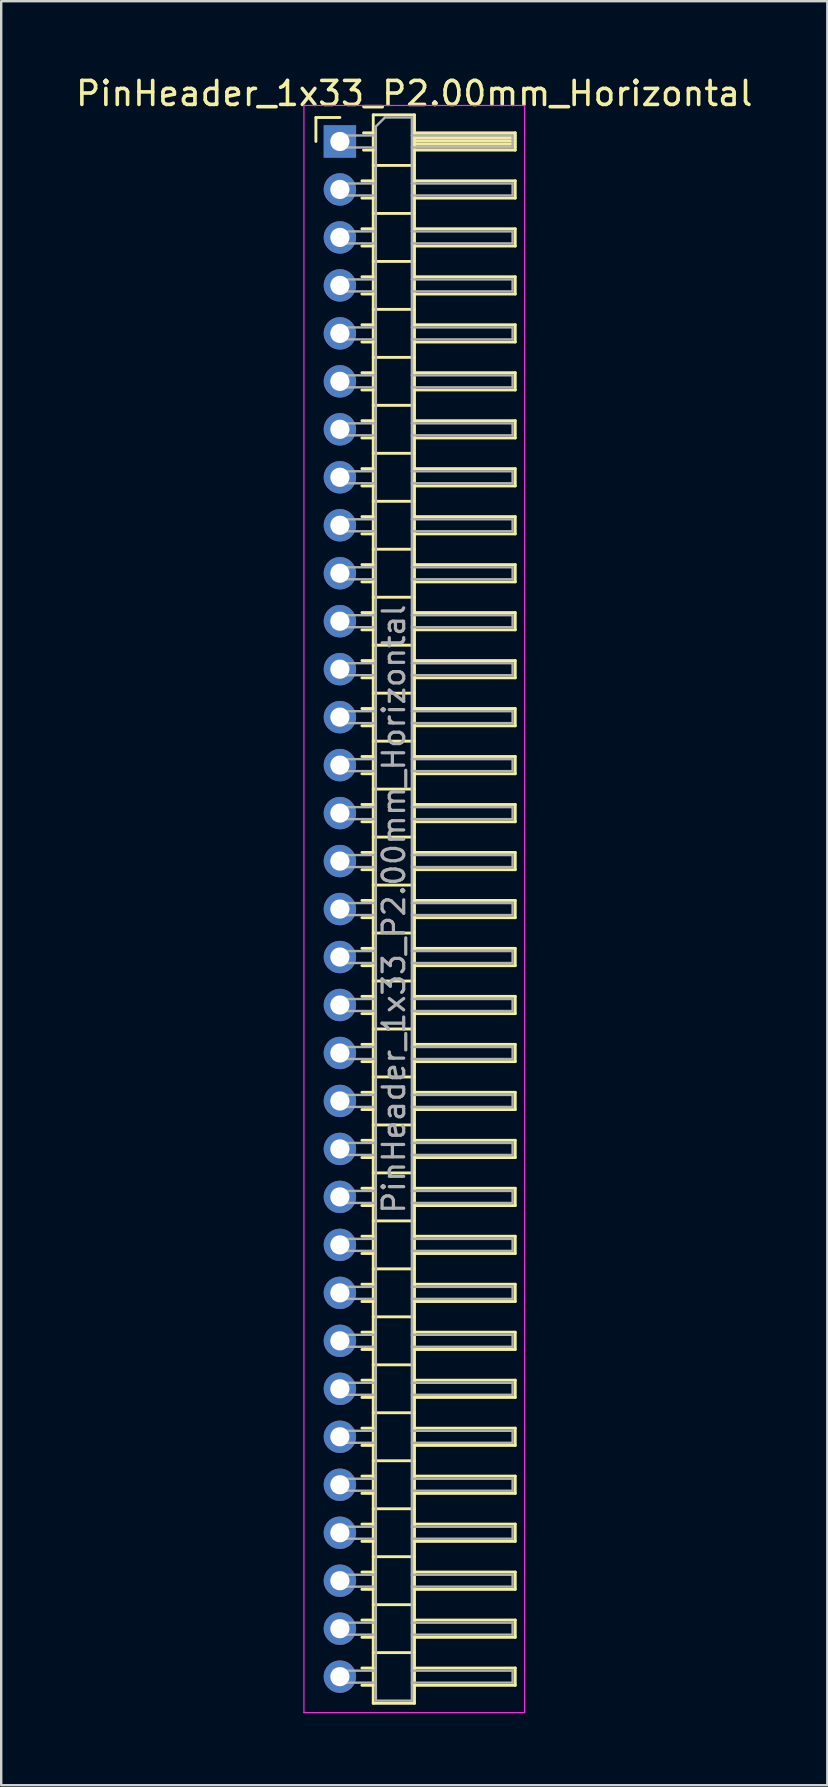
<source format=kicad_pcb>
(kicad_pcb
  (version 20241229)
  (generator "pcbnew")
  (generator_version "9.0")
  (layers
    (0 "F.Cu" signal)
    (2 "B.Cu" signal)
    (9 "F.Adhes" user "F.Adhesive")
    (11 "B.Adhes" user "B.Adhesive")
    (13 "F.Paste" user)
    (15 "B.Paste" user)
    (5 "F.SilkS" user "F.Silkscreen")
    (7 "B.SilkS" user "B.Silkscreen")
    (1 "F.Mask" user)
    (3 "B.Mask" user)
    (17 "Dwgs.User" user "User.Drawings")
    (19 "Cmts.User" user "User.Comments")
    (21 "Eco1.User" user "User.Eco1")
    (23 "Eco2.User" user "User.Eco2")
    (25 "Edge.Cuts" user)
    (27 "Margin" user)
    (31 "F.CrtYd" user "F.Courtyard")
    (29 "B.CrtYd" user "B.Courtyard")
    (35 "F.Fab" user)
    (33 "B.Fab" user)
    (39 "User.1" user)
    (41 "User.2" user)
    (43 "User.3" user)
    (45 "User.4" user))
  (footprint "PinHeader_1x33_P2.00mm_Horizontal"
    (layer "F.Cu")
    (at 11.12 2.848)
    (property "Reference" "PinHeader_1x33_P2.00mm_Horizontal" (at 3.1 -2 0) (layer "F.SilkS") (effects (font (size 1 1) (thickness 0.15))))
    (attr through_hole)
    (fp_line (start -1 -1) (end 0 -1) (stroke (width 0.12) (type solid)) (layer "F.SilkS"))
    (fp_line (start -1 0) (end -1 -1) (stroke (width 0.12) (type solid)) (layer "F.SilkS"))
    (fp_line (start 0.917 1.64) (end 1.39 1.64) (stroke (width 0.12) (type solid)) (layer "F.SilkS"))
    (fp_line (start 0.917 2.36) (end 1.39 2.36) (stroke (width 0.12) (type solid)) (layer "F.SilkS"))
    (fp_line (start 0.917 3.64) (end 1.39 3.64) (stroke (width 0.12) (type solid)) (layer "F.SilkS"))
    (fp_line (start 0.917 4.36) (end 1.39 4.36) (stroke (width 0.12) (type solid)) (layer "F.SilkS"))
    (fp_line (start 0.917 5.64) (end 1.39 5.64) (stroke (width 0.12) (type solid)) (layer "F.SilkS"))
    (fp_line (start 0.917 6.36) (end 1.39 6.36) (stroke (width 0.12) (type solid)) (layer "F.SilkS"))
    (fp_line (start 0.917 7.64) (end 1.39 7.64) (stroke (width 0.12) (type solid)) (layer "F.SilkS"))
    (fp_line (start 0.917 8.36) (end 1.39 8.36) (stroke (width 0.12) (type solid)) (layer "F.SilkS"))
    (fp_line (start 0.917 9.64) (end 1.39 9.64) (stroke (width 0.12) (type solid)) (layer "F.SilkS"))
    (fp_line (start 0.917 10.36) (end 1.39 10.36) (stroke (width 0.12) (type solid)) (layer "F.SilkS"))
    (fp_line (start 0.917 11.64) (end 1.39 11.64) (stroke (width 0.12) (type solid)) (layer "F.SilkS"))
    (fp_line (start 0.917 12.36) (end 1.39 12.36) (stroke (width 0.12) (type solid)) (layer "F.SilkS"))
    (fp_line (start 0.917 13.64) (end 1.39 13.64) (stroke (width 0.12) (type solid)) (layer "F.SilkS"))
    (fp_line (start 0.917 14.36) (end 1.39 14.36) (stroke (width 0.12) (type solid)) (layer "F.SilkS"))
    (fp_line (start 0.917 15.64) (end 1.39 15.64) (stroke (width 0.12) (type solid)) (layer "F.SilkS"))
    (fp_line (start 0.917 16.36) (end 1.39 16.36) (stroke (width 0.12) (type solid)) (layer "F.SilkS"))
    (fp_line (start 0.917 17.64) (end 1.39 17.64) (stroke (width 0.12) (type solid)) (layer "F.SilkS"))
    (fp_line (start 0.917 18.36) (end 1.39 18.36) (stroke (width 0.12) (type solid)) (layer "F.SilkS"))
    (fp_line (start 0.917 19.64) (end 1.39 19.64) (stroke (width 0.12) (type solid)) (layer "F.SilkS"))
    (fp_line (start 0.917 20.36) (end 1.39 20.36) (stroke (width 0.12) (type solid)) (layer "F.SilkS"))
    (fp_line (start 0.917 21.64) (end 1.39 21.64) (stroke (width 0.12) (type solid)) (layer "F.SilkS"))
    (fp_line (start 0.917 22.36) (end 1.39 22.36) (stroke (width 0.12) (type solid)) (layer "F.SilkS"))
    (fp_line (start 0.917 23.64) (end 1.39 23.64) (stroke (width 0.12) (type solid)) (layer "F.SilkS"))
    (fp_line (start 0.917 24.36) (end 1.39 24.36) (stroke (width 0.12) (type solid)) (layer "F.SilkS"))
    (fp_line (start 0.917 25.64) (end 1.39 25.64) (stroke (width 0.12) (type solid)) (layer "F.SilkS"))
    (fp_line (start 0.917 26.36) (end 1.39 26.36) (stroke (width 0.12) (type solid)) (layer "F.SilkS"))
    (fp_line (start 0.917 27.64) (end 1.39 27.64) (stroke (width 0.12) (type solid)) (layer "F.SilkS"))
    (fp_line (start 0.917 28.36) (end 1.39 28.36) (stroke (width 0.12) (type solid)) (layer "F.SilkS"))
    (fp_line (start 0.917 29.64) (end 1.39 29.64) (stroke (width 0.12) (type solid)) (layer "F.SilkS"))
    (fp_line (start 0.917 30.36) (end 1.39 30.36) (stroke (width 0.12) (type solid)) (layer "F.SilkS"))
    (fp_line (start 0.917 31.64) (end 1.39 31.64) (stroke (width 0.12) (type solid)) (layer "F.SilkS"))
    (fp_line (start 0.917 32.36) (end 1.39 32.36) (stroke (width 0.12) (type solid)) (layer "F.SilkS"))
    (fp_line (start 0.917 33.64) (end 1.39 33.64) (stroke (width 0.12) (type solid)) (layer "F.SilkS"))
    (fp_line (start 0.917 34.36) (end 1.39 34.36) (stroke (width 0.12) (type solid)) (layer "F.SilkS"))
    (fp_line (start 0.917 35.64) (end 1.39 35.64) (stroke (width 0.12) (type solid)) (layer "F.SilkS"))
    (fp_line (start 0.917 36.36) (end 1.39 36.36) (stroke (width 0.12) (type solid)) (layer "F.SilkS"))
    (fp_line (start 0.917 37.64) (end 1.39 37.64) (stroke (width 0.12) (type solid)) (layer "F.SilkS"))
    (fp_line (start 0.917 38.36) (end 1.39 38.36) (stroke (width 0.12) (type solid)) (layer "F.SilkS"))
    (fp_line (start 0.917 39.64) (end 1.39 39.64) (stroke (width 0.12) (type solid)) (layer "F.SilkS"))
    (fp_line (start 0.917 40.36) (end 1.39 40.36) (stroke (width 0.12) (type solid)) (layer "F.SilkS"))
    (fp_line (start 0.917 41.64) (end 1.39 41.64) (stroke (width 0.12) (type solid)) (layer "F.SilkS"))
    (fp_line (start 0.917 42.36) (end 1.39 42.36) (stroke (width 0.12) (type solid)) (layer "F.SilkS"))
    (fp_line (start 0.917 43.64) (end 1.39 43.64) (stroke (width 0.12) (type solid)) (layer "F.SilkS"))
    (fp_line (start 0.917 44.36) (end 1.39 44.36) (stroke (width 0.12) (type solid)) (layer "F.SilkS"))
    (fp_line (start 0.917 45.64) (end 1.39 45.64) (stroke (width 0.12) (type solid)) (layer "F.SilkS"))
    (fp_line (start 0.917 46.36) (end 1.39 46.36) (stroke (width 0.12) (type solid)) (layer "F.SilkS"))
    (fp_line (start 0.917 47.64) (end 1.39 47.64) (stroke (width 0.12) (type solid)) (layer "F.SilkS"))
    (fp_line (start 0.917 48.36) (end 1.39 48.36) (stroke (width 0.12) (type solid)) (layer "F.SilkS"))
    (fp_line (start 0.917 49.64) (end 1.39 49.64) (stroke (width 0.12) (type solid)) (layer "F.SilkS"))
    (fp_line (start 0.917 50.36) (end 1.39 50.36) (stroke (width 0.12) (type solid)) (layer "F.SilkS"))
    (fp_line (start 0.917 51.64) (end 1.39 51.64) (stroke (width 0.12) (type solid)) (layer "F.SilkS"))
    (fp_line (start 0.917 52.36) (end 1.39 52.36) (stroke (width 0.12) (type solid)) (layer "F.SilkS"))
    (fp_line (start 0.917 53.64) (end 1.39 53.64) (stroke (width 0.12) (type solid)) (layer "F.SilkS"))
    (fp_line (start 0.917 54.36) (end 1.39 54.36) (stroke (width 0.12) (type solid)) (layer "F.SilkS"))
    (fp_line (start 0.917 55.64) (end 1.39 55.64) (stroke (width 0.12) (type solid)) (layer "F.SilkS"))
    (fp_line (start 0.917 56.36) (end 1.39 56.36) (stroke (width 0.12) (type solid)) (layer "F.SilkS"))
    (fp_line (start 0.917 57.64) (end 1.39 57.64) (stroke (width 0.12) (type solid)) (layer "F.SilkS"))
    (fp_line (start 0.917 58.36) (end 1.39 58.36) (stroke (width 0.12) (type solid)) (layer "F.SilkS"))
    (fp_line (start 0.917 59.64) (end 1.39 59.64) (stroke (width 0.12) (type solid)) (layer "F.SilkS"))
    (fp_line (start 0.917 60.36) (end 1.39 60.36) (stroke (width 0.12) (type solid)) (layer "F.SilkS"))
    (fp_line (start 0.917 61.64) (end 1.39 61.64) (stroke (width 0.12) (type solid)) (layer "F.SilkS"))
    (fp_line (start 0.917 62.36) (end 1.39 62.36) (stroke (width 0.12) (type solid)) (layer "F.SilkS"))
    (fp_line (start 0.917 63.64) (end 1.39 63.64) (stroke (width 0.12) (type solid)) (layer "F.SilkS"))
    (fp_line (start 0.917 64.36) (end 1.39 64.36) (stroke (width 0.12) (type solid)) (layer "F.SilkS"))
    (fp_line (start 0.985 -0.36) (end 1.39 -0.36) (stroke (width 0.12) (type solid)) (layer "F.SilkS"))
    (fp_line (start 0.985 0.36) (end 1.39 0.36) (stroke (width 0.12) (type solid)) (layer "F.SilkS"))
    (fp_line (start 1.39 -1.11) (end 1.39 65.11) (stroke (width 0.12) (type solid)) (layer "F.SilkS"))
    (fp_line (start 1.39 1) (end 3.11 1) (stroke (width 0.12) (type solid)) (layer "F.SilkS"))
    (fp_line (start 1.39 3) (end 3.11 3) (stroke (width 0.12) (type solid)) (layer "F.SilkS"))
    (fp_line (start 1.39 5) (end 3.11 5) (stroke (width 0.12) (type solid)) (layer "F.SilkS"))
    (fp_line (start 1.39 7) (end 3.11 7) (stroke (width 0.12) (type solid)) (layer "F.SilkS"))
    (fp_line (start 1.39 9) (end 3.11 9) (stroke (width 0.12) (type solid)) (layer "F.SilkS"))
    (fp_line (start 1.39 11) (end 3.11 11) (stroke (width 0.12) (type solid)) (layer "F.SilkS"))
    (fp_line (start 1.39 13) (end 3.11 13) (stroke (width 0.12) (type solid)) (layer "F.SilkS"))
    (fp_line (start 1.39 15) (end 3.11 15) (stroke (width 0.12) (type solid)) (layer "F.SilkS"))
    (fp_line (start 1.39 17) (end 3.11 17) (stroke (width 0.12) (type solid)) (layer "F.SilkS"))
    (fp_line (start 1.39 19) (end 3.11 19) (stroke (width 0.12) (type solid)) (layer "F.SilkS"))
    (fp_line (start 1.39 21) (end 3.11 21) (stroke (width 0.12) (type solid)) (layer "F.SilkS"))
    (fp_line (start 1.39 23) (end 3.11 23) (stroke (width 0.12) (type solid)) (layer "F.SilkS"))
    (fp_line (start 1.39 25) (end 3.11 25) (stroke (width 0.12) (type solid)) (layer "F.SilkS"))
    (fp_line (start 1.39 27) (end 3.11 27) (stroke (width 0.12) (type solid)) (layer "F.SilkS"))
    (fp_line (start 1.39 29) (end 3.11 29) (stroke (width 0.12) (type solid)) (layer "F.SilkS"))
    (fp_line (start 1.39 31) (end 3.11 31) (stroke (width 0.12) (type solid)) (layer "F.SilkS"))
    (fp_line (start 1.39 33) (end 3.11 33) (stroke (width 0.12) (type solid)) (layer "F.SilkS"))
    (fp_line (start 1.39 35) (end 3.11 35) (stroke (width 0.12) (type solid)) (layer "F.SilkS"))
    (fp_line (start 1.39 37) (end 3.11 37) (stroke (width 0.12) (type solid)) (layer "F.SilkS"))
    (fp_line (start 1.39 39) (end 3.11 39) (stroke (width 0.12) (type solid)) (layer "F.SilkS"))
    (fp_line (start 1.39 41) (end 3.11 41) (stroke (width 0.12) (type solid)) (layer "F.SilkS"))
    (fp_line (start 1.39 43) (end 3.11 43) (stroke (width 0.12) (type solid)) (layer "F.SilkS"))
    (fp_line (start 1.39 45) (end 3.11 45) (stroke (width 0.12) (type solid)) (layer "F.SilkS"))
    (fp_line (start 1.39 47) (end 3.11 47) (stroke (width 0.12) (type solid)) (layer "F.SilkS"))
    (fp_line (start 1.39 49) (end 3.11 49) (stroke (width 0.12) (type solid)) (layer "F.SilkS"))
    (fp_line (start 1.39 51) (end 3.11 51) (stroke (width 0.12) (type solid)) (layer "F.SilkS"))
    (fp_line (start 1.39 53) (end 3.11 53) (stroke (width 0.12) (type solid)) (layer "F.SilkS"))
    (fp_line (start 1.39 55) (end 3.11 55) (stroke (width 0.12) (type solid)) (layer "F.SilkS"))
    (fp_line (start 1.39 57) (end 3.11 57) (stroke (width 0.12) (type solid)) (layer "F.SilkS"))
    (fp_line (start 1.39 59) (end 3.11 59) (stroke (width 0.12) (type solid)) (layer "F.SilkS"))
    (fp_line (start 1.39 61) (end 3.11 61) (stroke (width 0.12) (type solid)) (layer "F.SilkS"))
    (fp_line (start 1.39 63) (end 3.11 63) (stroke (width 0.12) (type solid)) (layer "F.SilkS"))
    (fp_line (start 1.39 65.11) (end 3.11 65.11) (stroke (width 0.12) (type solid)) (layer "F.SilkS"))
    (fp_line (start 3.11 -1.11) (end 1.39 -1.11) (stroke (width 0.12) (type solid)) (layer "F.SilkS"))
    (fp_line (start 3.11 -0.36) (end 7.31 -0.36) (stroke (width 0.12) (type solid)) (layer "F.SilkS"))
    (fp_line (start 3.11 -0.25) (end 7.31 -0.25) (stroke (width 0.12) (type solid)) (layer "F.SilkS"))
    (fp_line (start 3.11 -0.13) (end 7.31 -0.13) (stroke (width 0.12) (type solid)) (layer "F.SilkS"))
    (fp_line (start 3.11 -0.01) (end 7.31 -0.01) (stroke (width 0.12) (type solid)) (layer "F.SilkS"))
    (fp_line (start 3.11 0.11) (end 7.31 0.11) (stroke (width 0.12) (type solid)) (layer "F.SilkS"))
    (fp_line (start 3.11 0.23) (end 7.31 0.23) (stroke (width 0.12) (type solid)) (layer "F.SilkS"))
    (fp_line (start 3.11 1.64) (end 7.31 1.64) (stroke (width 0.12) (type solid)) (layer "F.SilkS"))
    (fp_line (start 3.11 3.64) (end 7.31 3.64) (stroke (width 0.12) (type solid)) (layer "F.SilkS"))
    (fp_line (start 3.11 5.64) (end 7.31 5.64) (stroke (width 0.12) (type solid)) (layer "F.SilkS"))
    (fp_line (start 3.11 7.64) (end 7.31 7.64) (stroke (width 0.12) (type solid)) (layer "F.SilkS"))
    (fp_line (start 3.11 9.64) (end 7.31 9.64) (stroke (width 0.12) (type solid)) (layer "F.SilkS"))
    (fp_line (start 3.11 11.64) (end 7.31 11.64) (stroke (width 0.12) (type solid)) (layer "F.SilkS"))
    (fp_line (start 3.11 13.64) (end 7.31 13.64) (stroke (width 0.12) (type solid)) (layer "F.SilkS"))
    (fp_line (start 3.11 15.64) (end 7.31 15.64) (stroke (width 0.12) (type solid)) (layer "F.SilkS"))
    (fp_line (start 3.11 17.64) (end 7.31 17.64) (stroke (width 0.12) (type solid)) (layer "F.SilkS"))
    (fp_line (start 3.11 19.64) (end 7.31 19.64) (stroke (width 0.12) (type solid)) (layer "F.SilkS"))
    (fp_line (start 3.11 21.64) (end 7.31 21.64) (stroke (width 0.12) (type solid)) (layer "F.SilkS"))
    (fp_line (start 3.11 23.64) (end 7.31 23.64) (stroke (width 0.12) (type solid)) (layer "F.SilkS"))
    (fp_line (start 3.11 25.64) (end 7.31 25.64) (stroke (width 0.12) (type solid)) (layer "F.SilkS"))
    (fp_line (start 3.11 27.64) (end 7.31 27.64) (stroke (width 0.12) (type solid)) (layer "F.SilkS"))
    (fp_line (start 3.11 29.64) (end 7.31 29.64) (stroke (width 0.12) (type solid)) (layer "F.SilkS"))
    (fp_line (start 3.11 31.64) (end 7.31 31.64) (stroke (width 0.12) (type solid)) (layer "F.SilkS"))
    (fp_line (start 3.11 33.64) (end 7.31 33.64) (stroke (width 0.12) (type solid)) (layer "F.SilkS"))
    (fp_line (start 3.11 35.64) (end 7.31 35.64) (stroke (width 0.12) (type solid)) (layer "F.SilkS"))
    (fp_line (start 3.11 37.64) (end 7.31 37.64) (stroke (width 0.12) (type solid)) (layer "F.SilkS"))
    (fp_line (start 3.11 39.64) (end 7.31 39.64) (stroke (width 0.12) (type solid)) (layer "F.SilkS"))
    (fp_line (start 3.11 41.64) (end 7.31 41.64) (stroke (width 0.12) (type solid)) (layer "F.SilkS"))
    (fp_line (start 3.11 43.64) (end 7.31 43.64) (stroke (width 0.12) (type solid)) (layer "F.SilkS"))
    (fp_line (start 3.11 45.64) (end 7.31 45.64) (stroke (width 0.12) (type solid)) (layer "F.SilkS"))
    (fp_line (start 3.11 47.64) (end 7.31 47.64) (stroke (width 0.12) (type solid)) (layer "F.SilkS"))
    (fp_line (start 3.11 49.64) (end 7.31 49.64) (stroke (width 0.12) (type solid)) (layer "F.SilkS"))
    (fp_line (start 3.11 51.64) (end 7.31 51.64) (stroke (width 0.12) (type solid)) (layer "F.SilkS"))
    (fp_line (start 3.11 53.64) (end 7.31 53.64) (stroke (width 0.12) (type solid)) (layer "F.SilkS"))
    (fp_line (start 3.11 55.64) (end 7.31 55.64) (stroke (width 0.12) (type solid)) (layer "F.SilkS"))
    (fp_line (start 3.11 57.64) (end 7.31 57.64) (stroke (width 0.12) (type solid)) (layer "F.SilkS"))
    (fp_line (start 3.11 59.64) (end 7.31 59.64) (stroke (width 0.12) (type solid)) (layer "F.SilkS"))
    (fp_line (start 3.11 61.64) (end 7.31 61.64) (stroke (width 0.12) (type solid)) (layer "F.SilkS"))
    (fp_line (start 3.11 63.64) (end 7.31 63.64) (stroke (width 0.12) (type solid)) (layer "F.SilkS"))
    (fp_line (start 3.11 65.11) (end 3.11 -1.11) (stroke (width 0.12) (type solid)) (layer "F.SilkS"))
    (fp_line (start 7.31 -0.36) (end 7.31 0.36) (stroke (width 0.12) (type solid)) (layer "F.SilkS"))
    (fp_line (start 7.31 0.36) (end 3.11 0.36) (stroke (width 0.12) (type solid)) (layer "F.SilkS"))
    (fp_line (start 7.31 1.64) (end 7.31 2.36) (stroke (width 0.12) (type solid)) (layer "F.SilkS"))
    (fp_line (start 7.31 2.36) (end 3.11 2.36) (stroke (width 0.12) (type solid)) (layer "F.SilkS"))
    (fp_line (start 7.31 3.64) (end 7.31 4.36) (stroke (width 0.12) (type solid)) (layer "F.SilkS"))
    (fp_line (start 7.31 4.36) (end 3.11 4.36) (stroke (width 0.12) (type solid)) (layer "F.SilkS"))
    (fp_line (start 7.31 5.64) (end 7.31 6.36) (stroke (width 0.12) (type solid)) (layer "F.SilkS"))
    (fp_line (start 7.31 6.36) (end 3.11 6.36) (stroke (width 0.12) (type solid)) (layer "F.SilkS"))
    (fp_line (start 7.31 7.64) (end 7.31 8.36) (stroke (width 0.12) (type solid)) (layer "F.SilkS"))
    (fp_line (start 7.31 8.36) (end 3.11 8.36) (stroke (width 0.12) (type solid)) (layer "F.SilkS"))
    (fp_line (start 7.31 9.64) (end 7.31 10.36) (stroke (width 0.12) (type solid)) (layer "F.SilkS"))
    (fp_line (start 7.31 10.36) (end 3.11 10.36) (stroke (width 0.12) (type solid)) (layer "F.SilkS"))
    (fp_line (start 7.31 11.64) (end 7.31 12.36) (stroke (width 0.12) (type solid)) (layer "F.SilkS"))
    (fp_line (start 7.31 12.36) (end 3.11 12.36) (stroke (width 0.12) (type solid)) (layer "F.SilkS"))
    (fp_line (start 7.31 13.64) (end 7.31 14.36) (stroke (width 0.12) (type solid)) (layer "F.SilkS"))
    (fp_line (start 7.31 14.36) (end 3.11 14.36) (stroke (width 0.12) (type solid)) (layer "F.SilkS"))
    (fp_line (start 7.31 15.64) (end 7.31 16.36) (stroke (width 0.12) (type solid)) (layer "F.SilkS"))
    (fp_line (start 7.31 16.36) (end 3.11 16.36) (stroke (width 0.12) (type solid)) (layer "F.SilkS"))
    (fp_line (start 7.31 17.64) (end 7.31 18.36) (stroke (width 0.12) (type solid)) (layer "F.SilkS"))
    (fp_line (start 7.31 18.36) (end 3.11 18.36) (stroke (width 0.12) (type solid)) (layer "F.SilkS"))
    (fp_line (start 7.31 19.64) (end 7.31 20.36) (stroke (width 0.12) (type solid)) (layer "F.SilkS"))
    (fp_line (start 7.31 20.36) (end 3.11 20.36) (stroke (width 0.12) (type solid)) (layer "F.SilkS"))
    (fp_line (start 7.31 21.64) (end 7.31 22.36) (stroke (width 0.12) (type solid)) (layer "F.SilkS"))
    (fp_line (start 7.31 22.36) (end 3.11 22.36) (stroke (width 0.12) (type solid)) (layer "F.SilkS"))
    (fp_line (start 7.31 23.64) (end 7.31 24.36) (stroke (width 0.12) (type solid)) (layer "F.SilkS"))
    (fp_line (start 7.31 24.36) (end 3.11 24.36) (stroke (width 0.12) (type solid)) (layer "F.SilkS"))
    (fp_line (start 7.31 25.64) (end 7.31 26.36) (stroke (width 0.12) (type solid)) (layer "F.SilkS"))
    (fp_line (start 7.31 26.36) (end 3.11 26.36) (stroke (width 0.12) (type solid)) (layer "F.SilkS"))
    (fp_line (start 7.31 27.64) (end 7.31 28.36) (stroke (width 0.12) (type solid)) (layer "F.SilkS"))
    (fp_line (start 7.31 28.36) (end 3.11 28.36) (stroke (width 0.12) (type solid)) (layer "F.SilkS"))
    (fp_line (start 7.31 29.64) (end 7.31 30.36) (stroke (width 0.12) (type solid)) (layer "F.SilkS"))
    (fp_line (start 7.31 30.36) (end 3.11 30.36) (stroke (width 0.12) (type solid)) (layer "F.SilkS"))
    (fp_line (start 7.31 31.64) (end 7.31 32.36) (stroke (width 0.12) (type solid)) (layer "F.SilkS"))
    (fp_line (start 7.31 32.36) (end 3.11 32.36) (stroke (width 0.12) (type solid)) (layer "F.SilkS"))
    (fp_line (start 7.31 33.64) (end 7.31 34.36) (stroke (width 0.12) (type solid)) (layer "F.SilkS"))
    (fp_line (start 7.31 34.36) (end 3.11 34.36) (stroke (width 0.12) (type solid)) (layer "F.SilkS"))
    (fp_line (start 7.31 35.64) (end 7.31 36.36) (stroke (width 0.12) (type solid)) (layer "F.SilkS"))
    (fp_line (start 7.31 36.36) (end 3.11 36.36) (stroke (width 0.12) (type solid)) (layer "F.SilkS"))
    (fp_line (start 7.31 37.64) (end 7.31 38.36) (stroke (width 0.12) (type solid)) (layer "F.SilkS"))
    (fp_line (start 7.31 38.36) (end 3.11 38.36) (stroke (width 0.12) (type solid)) (layer "F.SilkS"))
    (fp_line (start 7.31 39.64) (end 7.31 40.36) (stroke (width 0.12) (type solid)) (layer "F.SilkS"))
    (fp_line (start 7.31 40.36) (end 3.11 40.36) (stroke (width 0.12) (type solid)) (layer "F.SilkS"))
    (fp_line (start 7.31 41.64) (end 7.31 42.36) (stroke (width 0.12) (type solid)) (layer "F.SilkS"))
    (fp_line (start 7.31 42.36) (end 3.11 42.36) (stroke (width 0.12) (type solid)) (layer "F.SilkS"))
    (fp_line (start 7.31 43.64) (end 7.31 44.36) (stroke (width 0.12) (type solid)) (layer "F.SilkS"))
    (fp_line (start 7.31 44.36) (end 3.11 44.36) (stroke (width 0.12) (type solid)) (layer "F.SilkS"))
    (fp_line (start 7.31 45.64) (end 7.31 46.36) (stroke (width 0.12) (type solid)) (layer "F.SilkS"))
    (fp_line (start 7.31 46.36) (end 3.11 46.36) (stroke (width 0.12) (type solid)) (layer "F.SilkS"))
    (fp_line (start 7.31 47.64) (end 7.31 48.36) (stroke (width 0.12) (type solid)) (layer "F.SilkS"))
    (fp_line (start 7.31 48.36) (end 3.11 48.36) (stroke (width 0.12) (type solid)) (layer "F.SilkS"))
    (fp_line (start 7.31 49.64) (end 7.31 50.36) (stroke (width 0.12) (type solid)) (layer "F.SilkS"))
    (fp_line (start 7.31 50.36) (end 3.11 50.36) (stroke (width 0.12) (type solid)) (layer "F.SilkS"))
    (fp_line (start 7.31 51.64) (end 7.31 52.36) (stroke (width 0.12) (type solid)) (layer "F.SilkS"))
    (fp_line (start 7.31 52.36) (end 3.11 52.36) (stroke (width 0.12) (type solid)) (layer "F.SilkS"))
    (fp_line (start 7.31 53.64) (end 7.31 54.36) (stroke (width 0.12) (type solid)) (layer "F.SilkS"))
    (fp_line (start 7.31 54.36) (end 3.11 54.36) (stroke (width 0.12) (type solid)) (layer "F.SilkS"))
    (fp_line (start 7.31 55.64) (end 7.31 56.36) (stroke (width 0.12) (type solid)) (layer "F.SilkS"))
    (fp_line (start 7.31 56.36) (end 3.11 56.36) (stroke (width 0.12) (type solid)) (layer "F.SilkS"))
    (fp_line (start 7.31 57.64) (end 7.31 58.36) (stroke (width 0.12) (type solid)) (layer "F.SilkS"))
    (fp_line (start 7.31 58.36) (end 3.11 58.36) (stroke (width 0.12) (type solid)) (layer "F.SilkS"))
    (fp_line (start 7.31 59.64) (end 7.31 60.36) (stroke (width 0.12) (type solid)) (layer "F.SilkS"))
    (fp_line (start 7.31 60.36) (end 3.11 60.36) (stroke (width 0.12) (type solid)) (layer "F.SilkS"))
    (fp_line (start 7.31 61.64) (end 7.31 62.36) (stroke (width 0.12) (type solid)) (layer "F.SilkS"))
    (fp_line (start 7.31 62.36) (end 3.11 62.36) (stroke (width 0.12) (type solid)) (layer "F.SilkS"))
    (fp_line (start 7.31 63.64) (end 7.31 64.36) (stroke (width 0.12) (type solid)) (layer "F.SilkS"))
    (fp_line (start 7.31 64.36) (end 3.11 64.36) (stroke (width 0.12) (type solid)) (layer "F.SilkS"))
    (fp_line (start -1.5 -1.5) (end -1.5 65.5) (stroke (width 0.05) (type solid)) (layer "F.CrtYd"))
    (fp_line (start -1.5 65.5) (end 7.7 65.5) (stroke (width 0.05) (type solid)) (layer "F.CrtYd"))
    (fp_line (start 7.7 -1.5) (end -1.5 -1.5) (stroke (width 0.05) (type solid)) (layer "F.CrtYd"))
    (fp_line (start 7.7 65.5) (end 7.7 -1.5) (stroke (width 0.05) (type solid)) (layer "F.CrtYd"))
    (fp_line (start -0.25 -0.25) (end -0.25 0.25) (stroke (width 0.1) (type solid)) (layer "F.Fab"))
    (fp_line (start -0.25 -0.25) (end 1.5 -0.25) (stroke (width 0.1) (type solid)) (layer "F.Fab"))
    (fp_line (start -0.25 0.25) (end 1.5 0.25) (stroke (width 0.1) (type solid)) (layer "F.Fab"))
    (fp_line (start -0.25 1.75) (end -0.25 2.25) (stroke (width 0.1) (type solid)) (layer "F.Fab"))
    (fp_line (start -0.25 1.75) (end 1.5 1.75) (stroke (width 0.1) (type solid)) (layer "F.Fab"))
    (fp_line (start -0.25 2.25) (end 1.5 2.25) (stroke (width 0.1) (type solid)) (layer "F.Fab"))
    (fp_line (start -0.25 3.75) (end -0.25 4.25) (stroke (width 0.1) (type solid)) (layer "F.Fab"))
    (fp_line (start -0.25 3.75) (end 1.5 3.75) (stroke (width 0.1) (type solid)) (layer "F.Fab"))
    (fp_line (start -0.25 4.25) (end 1.5 4.25) (stroke (width 0.1) (type solid)) (layer "F.Fab"))
    (fp_line (start -0.25 5.75) (end -0.25 6.25) (stroke (width 0.1) (type solid)) (layer "F.Fab"))
    (fp_line (start -0.25 5.75) (end 1.5 5.75) (stroke (width 0.1) (type solid)) (layer "F.Fab"))
    (fp_line (start -0.25 6.25) (end 1.5 6.25) (stroke (width 0.1) (type solid)) (layer "F.Fab"))
    (fp_line (start -0.25 7.75) (end -0.25 8.25) (stroke (width 0.1) (type solid)) (layer "F.Fab"))
    (fp_line (start -0.25 7.75) (end 1.5 7.75) (stroke (width 0.1) (type solid)) (layer "F.Fab"))
    (fp_line (start -0.25 8.25) (end 1.5 8.25) (stroke (width 0.1) (type solid)) (layer "F.Fab"))
    (fp_line (start -0.25 9.75) (end -0.25 10.25) (stroke (width 0.1) (type solid)) (layer "F.Fab"))
    (fp_line (start -0.25 9.75) (end 1.5 9.75) (stroke (width 0.1) (type solid)) (layer "F.Fab"))
    (fp_line (start -0.25 10.25) (end 1.5 10.25) (stroke (width 0.1) (type solid)) (layer "F.Fab"))
    (fp_line (start -0.25 11.75) (end -0.25 12.25) (stroke (width 0.1) (type solid)) (layer "F.Fab"))
    (fp_line (start -0.25 11.75) (end 1.5 11.75) (stroke (width 0.1) (type solid)) (layer "F.Fab"))
    (fp_line (start -0.25 12.25) (end 1.5 12.25) (stroke (width 0.1) (type solid)) (layer "F.Fab"))
    (fp_line (start -0.25 13.75) (end -0.25 14.25) (stroke (width 0.1) (type solid)) (layer "F.Fab"))
    (fp_line (start -0.25 13.75) (end 1.5 13.75) (stroke (width 0.1) (type solid)) (layer "F.Fab"))
    (fp_line (start -0.25 14.25) (end 1.5 14.25) (stroke (width 0.1) (type solid)) (layer "F.Fab"))
    (fp_line (start -0.25 15.75) (end -0.25 16.25) (stroke (width 0.1) (type solid)) (layer "F.Fab"))
    (fp_line (start -0.25 15.75) (end 1.5 15.75) (stroke (width 0.1) (type solid)) (layer "F.Fab"))
    (fp_line (start -0.25 16.25) (end 1.5 16.25) (stroke (width 0.1) (type solid)) (layer "F.Fab"))
    (fp_line (start -0.25 17.75) (end -0.25 18.25) (stroke (width 0.1) (type solid)) (layer "F.Fab"))
    (fp_line (start -0.25 17.75) (end 1.5 17.75) (stroke (width 0.1) (type solid)) (layer "F.Fab"))
    (fp_line (start -0.25 18.25) (end 1.5 18.25) (stroke (width 0.1) (type solid)) (layer "F.Fab"))
    (fp_line (start -0.25 19.75) (end -0.25 20.25) (stroke (width 0.1) (type solid)) (layer "F.Fab"))
    (fp_line (start -0.25 19.75) (end 1.5 19.75) (stroke (width 0.1) (type solid)) (layer "F.Fab"))
    (fp_line (start -0.25 20.25) (end 1.5 20.25) (stroke (width 0.1) (type solid)) (layer "F.Fab"))
    (fp_line (start -0.25 21.75) (end -0.25 22.25) (stroke (width 0.1) (type solid)) (layer "F.Fab"))
    (fp_line (start -0.25 21.75) (end 1.5 21.75) (stroke (width 0.1) (type solid)) (layer "F.Fab"))
    (fp_line (start -0.25 22.25) (end 1.5 22.25) (stroke (width 0.1) (type solid)) (layer "F.Fab"))
    (fp_line (start -0.25 23.75) (end -0.25 24.25) (stroke (width 0.1) (type solid)) (layer "F.Fab"))
    (fp_line (start -0.25 23.75) (end 1.5 23.75) (stroke (width 0.1) (type solid)) (layer "F.Fab"))
    (fp_line (start -0.25 24.25) (end 1.5 24.25) (stroke (width 0.1) (type solid)) (layer "F.Fab"))
    (fp_line (start -0.25 25.75) (end -0.25 26.25) (stroke (width 0.1) (type solid)) (layer "F.Fab"))
    (fp_line (start -0.25 25.75) (end 1.5 25.75) (stroke (width 0.1) (type solid)) (layer "F.Fab"))
    (fp_line (start -0.25 26.25) (end 1.5 26.25) (stroke (width 0.1) (type solid)) (layer "F.Fab"))
    (fp_line (start -0.25 27.75) (end -0.25 28.25) (stroke (width 0.1) (type solid)) (layer "F.Fab"))
    (fp_line (start -0.25 27.75) (end 1.5 27.75) (stroke (width 0.1) (type solid)) (layer "F.Fab"))
    (fp_line (start -0.25 28.25) (end 1.5 28.25) (stroke (width 0.1) (type solid)) (layer "F.Fab"))
    (fp_line (start -0.25 29.75) (end -0.25 30.25) (stroke (width 0.1) (type solid)) (layer "F.Fab"))
    (fp_line (start -0.25 29.75) (end 1.5 29.75) (stroke (width 0.1) (type solid)) (layer "F.Fab"))
    (fp_line (start -0.25 30.25) (end 1.5 30.25) (stroke (width 0.1) (type solid)) (layer "F.Fab"))
    (fp_line (start -0.25 31.75) (end -0.25 32.25) (stroke (width 0.1) (type solid)) (layer "F.Fab"))
    (fp_line (start -0.25 31.75) (end 1.5 31.75) (stroke (width 0.1) (type solid)) (layer "F.Fab"))
    (fp_line (start -0.25 32.25) (end 1.5 32.25) (stroke (width 0.1) (type solid)) (layer "F.Fab"))
    (fp_line (start -0.25 33.75) (end -0.25 34.25) (stroke (width 0.1) (type solid)) (layer "F.Fab"))
    (fp_line (start -0.25 33.75) (end 1.5 33.75) (stroke (width 0.1) (type solid)) (layer "F.Fab"))
    (fp_line (start -0.25 34.25) (end 1.5 34.25) (stroke (width 0.1) (type solid)) (layer "F.Fab"))
    (fp_line (start -0.25 35.75) (end -0.25 36.25) (stroke (width 0.1) (type solid)) (layer "F.Fab"))
    (fp_line (start -0.25 35.75) (end 1.5 35.75) (stroke (width 0.1) (type solid)) (layer "F.Fab"))
    (fp_line (start -0.25 36.25) (end 1.5 36.25) (stroke (width 0.1) (type solid)) (layer "F.Fab"))
    (fp_line (start -0.25 37.75) (end -0.25 38.25) (stroke (width 0.1) (type solid)) (layer "F.Fab"))
    (fp_line (start -0.25 37.75) (end 1.5 37.75) (stroke (width 0.1) (type solid)) (layer "F.Fab"))
    (fp_line (start -0.25 38.25) (end 1.5 38.25) (stroke (width 0.1) (type solid)) (layer "F.Fab"))
    (fp_line (start -0.25 39.75) (end -0.25 40.25) (stroke (width 0.1) (type solid)) (layer "F.Fab"))
    (fp_line (start -0.25 39.75) (end 1.5 39.75) (stroke (width 0.1) (type solid)) (layer "F.Fab"))
    (fp_line (start -0.25 40.25) (end 1.5 40.25) (stroke (width 0.1) (type solid)) (layer "F.Fab"))
    (fp_line (start -0.25 41.75) (end -0.25 42.25) (stroke (width 0.1) (type solid)) (layer "F.Fab"))
    (fp_line (start -0.25 41.75) (end 1.5 41.75) (stroke (width 0.1) (type solid)) (layer "F.Fab"))
    (fp_line (start -0.25 42.25) (end 1.5 42.25) (stroke (width 0.1) (type solid)) (layer "F.Fab"))
    (fp_line (start -0.25 43.75) (end -0.25 44.25) (stroke (width 0.1) (type solid)) (layer "F.Fab"))
    (fp_line (start -0.25 43.75) (end 1.5 43.75) (stroke (width 0.1) (type solid)) (layer "F.Fab"))
    (fp_line (start -0.25 44.25) (end 1.5 44.25) (stroke (width 0.1) (type solid)) (layer "F.Fab"))
    (fp_line (start -0.25 45.75) (end -0.25 46.25) (stroke (width 0.1) (type solid)) (layer "F.Fab"))
    (fp_line (start -0.25 45.75) (end 1.5 45.75) (stroke (width 0.1) (type solid)) (layer "F.Fab"))
    (fp_line (start -0.25 46.25) (end 1.5 46.25) (stroke (width 0.1) (type solid)) (layer "F.Fab"))
    (fp_line (start -0.25 47.75) (end -0.25 48.25) (stroke (width 0.1) (type solid)) (layer "F.Fab"))
    (fp_line (start -0.25 47.75) (end 1.5 47.75) (stroke (width 0.1) (type solid)) (layer "F.Fab"))
    (fp_line (start -0.25 48.25) (end 1.5 48.25) (stroke (width 0.1) (type solid)) (layer "F.Fab"))
    (fp_line (start -0.25 49.75) (end -0.25 50.25) (stroke (width 0.1) (type solid)) (layer "F.Fab"))
    (fp_line (start -0.25 49.75) (end 1.5 49.75) (stroke (width 0.1) (type solid)) (layer "F.Fab"))
    (fp_line (start -0.25 50.25) (end 1.5 50.25) (stroke (width 0.1) (type solid)) (layer "F.Fab"))
    (fp_line (start -0.25 51.75) (end -0.25 52.25) (stroke (width 0.1) (type solid)) (layer "F.Fab"))
    (fp_line (start -0.25 51.75) (end 1.5 51.75) (stroke (width 0.1) (type solid)) (layer "F.Fab"))
    (fp_line (start -0.25 52.25) (end 1.5 52.25) (stroke (width 0.1) (type solid)) (layer "F.Fab"))
    (fp_line (start -0.25 53.75) (end -0.25 54.25) (stroke (width 0.1) (type solid)) (layer "F.Fab"))
    (fp_line (start -0.25 53.75) (end 1.5 53.75) (stroke (width 0.1) (type solid)) (layer "F.Fab"))
    (fp_line (start -0.25 54.25) (end 1.5 54.25) (stroke (width 0.1) (type solid)) (layer "F.Fab"))
    (fp_line (start -0.25 55.75) (end -0.25 56.25) (stroke (width 0.1) (type solid)) (layer "F.Fab"))
    (fp_line (start -0.25 55.75) (end 1.5 55.75) (stroke (width 0.1) (type solid)) (layer "F.Fab"))
    (fp_line (start -0.25 56.25) (end 1.5 56.25) (stroke (width 0.1) (type solid)) (layer "F.Fab"))
    (fp_line (start -0.25 57.75) (end -0.25 58.25) (stroke (width 0.1) (type solid)) (layer "F.Fab"))
    (fp_line (start -0.25 57.75) (end 1.5 57.75) (stroke (width 0.1) (type solid)) (layer "F.Fab"))
    (fp_line (start -0.25 58.25) (end 1.5 58.25) (stroke (width 0.1) (type solid)) (layer "F.Fab"))
    (fp_line (start -0.25 59.75) (end -0.25 60.25) (stroke (width 0.1) (type solid)) (layer "F.Fab"))
    (fp_line (start -0.25 59.75) (end 1.5 59.75) (stroke (width 0.1) (type solid)) (layer "F.Fab"))
    (fp_line (start -0.25 60.25) (end 1.5 60.25) (stroke (width 0.1) (type solid)) (layer "F.Fab"))
    (fp_line (start -0.25 61.75) (end -0.25 62.25) (stroke (width 0.1) (type solid)) (layer "F.Fab"))
    (fp_line (start -0.25 61.75) (end 1.5 61.75) (stroke (width 0.1) (type solid)) (layer "F.Fab"))
    (fp_line (start -0.25 62.25) (end 1.5 62.25) (stroke (width 0.1) (type solid)) (layer "F.Fab"))
    (fp_line (start -0.25 63.75) (end -0.25 64.25) (stroke (width 0.1) (type solid)) (layer "F.Fab"))
    (fp_line (start -0.25 63.75) (end 1.5 63.75) (stroke (width 0.1) (type solid)) (layer "F.Fab"))
    (fp_line (start -0.25 64.25) (end 1.5 64.25) (stroke (width 0.1) (type solid)) (layer "F.Fab"))
    (fp_line (start 1.5 -0.625) (end 1.875 -1) (stroke (width 0.1) (type solid)) (layer "F.Fab"))
    (fp_line (start 1.5 65) (end 1.5 -0.625) (stroke (width 0.1) (type solid)) (layer "F.Fab"))
    (fp_line (start 1.875 -1) (end 3 -1) (stroke (width 0.1) (type solid)) (layer "F.Fab"))
    (fp_line (start 3 -1) (end 3 65) (stroke (width 0.1) (type solid)) (layer "F.Fab"))
    (fp_line (start 3 -0.25) (end 7.2 -0.25) (stroke (width 0.1) (type solid)) (layer "F.Fab"))
    (fp_line (start 3 0.25) (end 7.2 0.25) (stroke (width 0.1) (type solid)) (layer "F.Fab"))
    (fp_line (start 3 1.75) (end 7.2 1.75) (stroke (width 0.1) (type solid)) (layer "F.Fab"))
    (fp_line (start 3 2.25) (end 7.2 2.25) (stroke (width 0.1) (type solid)) (layer "F.Fab"))
    (fp_line (start 3 3.75) (end 7.2 3.75) (stroke (width 0.1) (type solid)) (layer "F.Fab"))
    (fp_line (start 3 4.25) (end 7.2 4.25) (stroke (width 0.1) (type solid)) (layer "F.Fab"))
    (fp_line (start 3 5.75) (end 7.2 5.75) (stroke (width 0.1) (type solid)) (layer "F.Fab"))
    (fp_line (start 3 6.25) (end 7.2 6.25) (stroke (width 0.1) (type solid)) (layer "F.Fab"))
    (fp_line (start 3 7.75) (end 7.2 7.75) (stroke (width 0.1) (type solid)) (layer "F.Fab"))
    (fp_line (start 3 8.25) (end 7.2 8.25) (stroke (width 0.1) (type solid)) (layer "F.Fab"))
    (fp_line (start 3 9.75) (end 7.2 9.75) (stroke (width 0.1) (type solid)) (layer "F.Fab"))
    (fp_line (start 3 10.25) (end 7.2 10.25) (stroke (width 0.1) (type solid)) (layer "F.Fab"))
    (fp_line (start 3 11.75) (end 7.2 11.75) (stroke (width 0.1) (type solid)) (layer "F.Fab"))
    (fp_line (start 3 12.25) (end 7.2 12.25) (stroke (width 0.1) (type solid)) (layer "F.Fab"))
    (fp_line (start 3 13.75) (end 7.2 13.75) (stroke (width 0.1) (type solid)) (layer "F.Fab"))
    (fp_line (start 3 14.25) (end 7.2 14.25) (stroke (width 0.1) (type solid)) (layer "F.Fab"))
    (fp_line (start 3 15.75) (end 7.2 15.75) (stroke (width 0.1) (type solid)) (layer "F.Fab"))
    (fp_line (start 3 16.25) (end 7.2 16.25) (stroke (width 0.1) (type solid)) (layer "F.Fab"))
    (fp_line (start 3 17.75) (end 7.2 17.75) (stroke (width 0.1) (type solid)) (layer "F.Fab"))
    (fp_line (start 3 18.25) (end 7.2 18.25) (stroke (width 0.1) (type solid)) (layer "F.Fab"))
    (fp_line (start 3 19.75) (end 7.2 19.75) (stroke (width 0.1) (type solid)) (layer "F.Fab"))
    (fp_line (start 3 20.25) (end 7.2 20.25) (stroke (width 0.1) (type solid)) (layer "F.Fab"))
    (fp_line (start 3 21.75) (end 7.2 21.75) (stroke (width 0.1) (type solid)) (layer "F.Fab"))
    (fp_line (start 3 22.25) (end 7.2 22.25) (stroke (width 0.1) (type solid)) (layer "F.Fab"))
    (fp_line (start 3 23.75) (end 7.2 23.75) (stroke (width 0.1) (type solid)) (layer "F.Fab"))
    (fp_line (start 3 24.25) (end 7.2 24.25) (stroke (width 0.1) (type solid)) (layer "F.Fab"))
    (fp_line (start 3 25.75) (end 7.2 25.75) (stroke (width 0.1) (type solid)) (layer "F.Fab"))
    (fp_line (start 3 26.25) (end 7.2 26.25) (stroke (width 0.1) (type solid)) (layer "F.Fab"))
    (fp_line (start 3 27.75) (end 7.2 27.75) (stroke (width 0.1) (type solid)) (layer "F.Fab"))
    (fp_line (start 3 28.25) (end 7.2 28.25) (stroke (width 0.1) (type solid)) (layer "F.Fab"))
    (fp_line (start 3 29.75) (end 7.2 29.75) (stroke (width 0.1) (type solid)) (layer "F.Fab"))
    (fp_line (start 3 30.25) (end 7.2 30.25) (stroke (width 0.1) (type solid)) (layer "F.Fab"))
    (fp_line (start 3 31.75) (end 7.2 31.75) (stroke (width 0.1) (type solid)) (layer "F.Fab"))
    (fp_line (start 3 32.25) (end 7.2 32.25) (stroke (width 0.1) (type solid)) (layer "F.Fab"))
    (fp_line (start 3 33.75) (end 7.2 33.75) (stroke (width 0.1) (type solid)) (layer "F.Fab"))
    (fp_line (start 3 34.25) (end 7.2 34.25) (stroke (width 0.1) (type solid)) (layer "F.Fab"))
    (fp_line (start 3 35.75) (end 7.2 35.75) (stroke (width 0.1) (type solid)) (layer "F.Fab"))
    (fp_line (start 3 36.25) (end 7.2 36.25) (stroke (width 0.1) (type solid)) (layer "F.Fab"))
    (fp_line (start 3 37.75) (end 7.2 37.75) (stroke (width 0.1) (type solid)) (layer "F.Fab"))
    (fp_line (start 3 38.25) (end 7.2 38.25) (stroke (width 0.1) (type solid)) (layer "F.Fab"))
    (fp_line (start 3 39.75) (end 7.2 39.75) (stroke (width 0.1) (type solid)) (layer "F.Fab"))
    (fp_line (start 3 40.25) (end 7.2 40.25) (stroke (width 0.1) (type solid)) (layer "F.Fab"))
    (fp_line (start 3 41.75) (end 7.2 41.75) (stroke (width 0.1) (type solid)) (layer "F.Fab"))
    (fp_line (start 3 42.25) (end 7.2 42.25) (stroke (width 0.1) (type solid)) (layer "F.Fab"))
    (fp_line (start 3 43.75) (end 7.2 43.75) (stroke (width 0.1) (type solid)) (layer "F.Fab"))
    (fp_line (start 3 44.25) (end 7.2 44.25) (stroke (width 0.1) (type solid)) (layer "F.Fab"))
    (fp_line (start 3 45.75) (end 7.2 45.75) (stroke (width 0.1) (type solid)) (layer "F.Fab"))
    (fp_line (start 3 46.25) (end 7.2 46.25) (stroke (width 0.1) (type solid)) (layer "F.Fab"))
    (fp_line (start 3 47.75) (end 7.2 47.75) (stroke (width 0.1) (type solid)) (layer "F.Fab"))
    (fp_line (start 3 48.25) (end 7.2 48.25) (stroke (width 0.1) (type solid)) (layer "F.Fab"))
    (fp_line (start 3 49.75) (end 7.2 49.75) (stroke (width 0.1) (type solid)) (layer "F.Fab"))
    (fp_line (start 3 50.25) (end 7.2 50.25) (stroke (width 0.1) (type solid)) (layer "F.Fab"))
    (fp_line (start 3 51.75) (end 7.2 51.75) (stroke (width 0.1) (type solid)) (layer "F.Fab"))
    (fp_line (start 3 52.25) (end 7.2 52.25) (stroke (width 0.1) (type solid)) (layer "F.Fab"))
    (fp_line (start 3 53.75) (end 7.2 53.75) (stroke (width 0.1) (type solid)) (layer "F.Fab"))
    (fp_line (start 3 54.25) (end 7.2 54.25) (stroke (width 0.1) (type solid)) (layer "F.Fab"))
    (fp_line (start 3 55.75) (end 7.2 55.75) (stroke (width 0.1) (type solid)) (layer "F.Fab"))
    (fp_line (start 3 56.25) (end 7.2 56.25) (stroke (width 0.1) (type solid)) (layer "F.Fab"))
    (fp_line (start 3 57.75) (end 7.2 57.75) (stroke (width 0.1) (type solid)) (layer "F.Fab"))
    (fp_line (start 3 58.25) (end 7.2 58.25) (stroke (width 0.1) (type solid)) (layer "F.Fab"))
    (fp_line (start 3 59.75) (end 7.2 59.75) (stroke (width 0.1) (type solid)) (layer "F.Fab"))
    (fp_line (start 3 60.25) (end 7.2 60.25) (stroke (width 0.1) (type solid)) (layer "F.Fab"))
    (fp_line (start 3 61.75) (end 7.2 61.75) (stroke (width 0.1) (type solid)) (layer "F.Fab"))
    (fp_line (start 3 62.25) (end 7.2 62.25) (stroke (width 0.1) (type solid)) (layer "F.Fab"))
    (fp_line (start 3 63.75) (end 7.2 63.75) (stroke (width 0.1) (type solid)) (layer "F.Fab"))
    (fp_line (start 3 64.25) (end 7.2 64.25) (stroke (width 0.1) (type solid)) (layer "F.Fab"))
    (fp_line (start 3 65) (end 1.5 65) (stroke (width 0.1) (type solid)) (layer "F.Fab"))
    (fp_line (start 7.2 -0.25) (end 7.2 0.25) (stroke (width 0.1) (type solid)) (layer "F.Fab"))
    (fp_line (start 7.2 1.75) (end 7.2 2.25) (stroke (width 0.1) (type solid)) (layer "F.Fab"))
    (fp_line (start 7.2 3.75) (end 7.2 4.25) (stroke (width 0.1) (type solid)) (layer "F.Fab"))
    (fp_line (start 7.2 5.75) (end 7.2 6.25) (stroke (width 0.1) (type solid)) (layer "F.Fab"))
    (fp_line (start 7.2 7.75) (end 7.2 8.25) (stroke (width 0.1) (type solid)) (layer "F.Fab"))
    (fp_line (start 7.2 9.75) (end 7.2 10.25) (stroke (width 0.1) (type solid)) (layer "F.Fab"))
    (fp_line (start 7.2 11.75) (end 7.2 12.25) (stroke (width 0.1) (type solid)) (layer "F.Fab"))
    (fp_line (start 7.2 13.75) (end 7.2 14.25) (stroke (width 0.1) (type solid)) (layer "F.Fab"))
    (fp_line (start 7.2 15.75) (end 7.2 16.25) (stroke (width 0.1) (type solid)) (layer "F.Fab"))
    (fp_line (start 7.2 17.75) (end 7.2 18.25) (stroke (width 0.1) (type solid)) (layer "F.Fab"))
    (fp_line (start 7.2 19.75) (end 7.2 20.25) (stroke (width 0.1) (type solid)) (layer "F.Fab"))
    (fp_line (start 7.2 21.75) (end 7.2 22.25) (stroke (width 0.1) (type solid)) (layer "F.Fab"))
    (fp_line (start 7.2 23.75) (end 7.2 24.25) (stroke (width 0.1) (type solid)) (layer "F.Fab"))
    (fp_line (start 7.2 25.75) (end 7.2 26.25) (stroke (width 0.1) (type solid)) (layer "F.Fab"))
    (fp_line (start 7.2 27.75) (end 7.2 28.25) (stroke (width 0.1) (type solid)) (layer "F.Fab"))
    (fp_line (start 7.2 29.75) (end 7.2 30.25) (stroke (width 0.1) (type solid)) (layer "F.Fab"))
    (fp_line (start 7.2 31.75) (end 7.2 32.25) (stroke (width 0.1) (type solid)) (layer "F.Fab"))
    (fp_line (start 7.2 33.75) (end 7.2 34.25) (stroke (width 0.1) (type solid)) (layer "F.Fab"))
    (fp_line (start 7.2 35.75) (end 7.2 36.25) (stroke (width 0.1) (type solid)) (layer "F.Fab"))
    (fp_line (start 7.2 37.75) (end 7.2 38.25) (stroke (width 0.1) (type solid)) (layer "F.Fab"))
    (fp_line (start 7.2 39.75) (end 7.2 40.25) (stroke (width 0.1) (type solid)) (layer "F.Fab"))
    (fp_line (start 7.2 41.75) (end 7.2 42.25) (stroke (width 0.1) (type solid)) (layer "F.Fab"))
    (fp_line (start 7.2 43.75) (end 7.2 44.25) (stroke (width 0.1) (type solid)) (layer "F.Fab"))
    (fp_line (start 7.2 45.75) (end 7.2 46.25) (stroke (width 0.1) (type solid)) (layer "F.Fab"))
    (fp_line (start 7.2 47.75) (end 7.2 48.25) (stroke (width 0.1) (type solid)) (layer "F.Fab"))
    (fp_line (start 7.2 49.75) (end 7.2 50.25) (stroke (width 0.1) (type solid)) (layer "F.Fab"))
    (fp_line (start 7.2 51.75) (end 7.2 52.25) (stroke (width 0.1) (type solid)) (layer "F.Fab"))
    (fp_line (start 7.2 53.75) (end 7.2 54.25) (stroke (width 0.1) (type solid)) (layer "F.Fab"))
    (fp_line (start 7.2 55.75) (end 7.2 56.25) (stroke (width 0.1) (type solid)) (layer "F.Fab"))
    (fp_line (start 7.2 57.75) (end 7.2 58.25) (stroke (width 0.1) (type solid)) (layer "F.Fab"))
    (fp_line (start 7.2 59.75) (end 7.2 60.25) (stroke (width 0.1) (type solid)) (layer "F.Fab"))
    (fp_line (start 7.2 61.75) (end 7.2 62.25) (stroke (width 0.1) (type solid)) (layer "F.Fab"))
    (fp_line (start 7.2 63.75) (end 7.2 64.25) (stroke (width 0.1) (type solid)) (layer "F.Fab"))
    (fp_text user "${REFERENCE}" (at 2.25 32 90) (layer "F.Fab") (effects (font (size 0.9 0.9) (thickness 0.135))))
    (pad "1" thru_hole rect (at 0 0) (size 1.35 1.35) (drill 0.8) (layers "*.Cu" "*.Mask"))
    (pad "2" thru_hole circle (at 0 2) (size 1.35 1.35) (drill 0.8) (layers "*.Cu" "*.Mask"))
    (pad "3" thru_hole circle (at 0 4) (size 1.35 1.35) (drill 0.8) (layers "*.Cu" "*.Mask"))
    (pad "4" thru_hole circle (at 0 6) (size 1.35 1.35) (drill 0.8) (layers "*.Cu" "*.Mask"))
    (pad "5" thru_hole circle (at 0 8) (size 1.35 1.35) (drill 0.8) (layers "*.Cu" "*.Mask"))
    (pad "6" thru_hole circle (at 0 10) (size 1.35 1.35) (drill 0.8) (layers "*.Cu" "*.Mask"))
    (pad "7" thru_hole circle (at 0 12) (size 1.35 1.35) (drill 0.8) (layers "*.Cu" "*.Mask"))
    (pad "8" thru_hole circle (at 0 14) (size 1.35 1.35) (drill 0.8) (layers "*.Cu" "*.Mask"))
    (pad "9" thru_hole circle (at 0 16) (size 1.35 1.35) (drill 0.8) (layers "*.Cu" "*.Mask"))
    (pad "10" thru_hole circle (at 0 18) (size 1.35 1.35) (drill 0.8) (layers "*.Cu" "*.Mask"))
    (pad "11" thru_hole circle (at 0 20) (size 1.35 1.35) (drill 0.8) (layers "*.Cu" "*.Mask"))
    (pad "12" thru_hole circle (at 0 22) (size 1.35 1.35) (drill 0.8) (layers "*.Cu" "*.Mask"))
    (pad "13" thru_hole circle (at 0 24) (size 1.35 1.35) (drill 0.8) (layers "*.Cu" "*.Mask"))
    (pad "14" thru_hole circle (at 0 26) (size 1.35 1.35) (drill 0.8) (layers "*.Cu" "*.Mask"))
    (pad "15" thru_hole circle (at 0 28) (size 1.35 1.35) (drill 0.8) (layers "*.Cu" "*.Mask"))
    (pad "16" thru_hole circle (at 0 30) (size 1.35 1.35) (drill 0.8) (layers "*.Cu" "*.Mask"))
    (pad "17" thru_hole circle (at 0 32) (size 1.35 1.35) (drill 0.8) (layers "*.Cu" "*.Mask"))
    (pad "18" thru_hole circle (at 0 34) (size 1.35 1.35) (drill 0.8) (layers "*.Cu" "*.Mask"))
    (pad "19" thru_hole circle (at 0 36) (size 1.35 1.35) (drill 0.8) (layers "*.Cu" "*.Mask"))
    (pad "20" thru_hole circle (at 0 38) (size 1.35 1.35) (drill 0.8) (layers "*.Cu" "*.Mask"))
    (pad "21" thru_hole circle (at 0 40) (size 1.35 1.35) (drill 0.8) (layers "*.Cu" "*.Mask"))
    (pad "22" thru_hole circle (at 0 42) (size 1.35 1.35) (drill 0.8) (layers "*.Cu" "*.Mask"))
    (pad "23" thru_hole circle (at 0 44) (size 1.35 1.35) (drill 0.8) (layers "*.Cu" "*.Mask"))
    (pad "24" thru_hole circle (at 0 46) (size 1.35 1.35) (drill 0.8) (layers "*.Cu" "*.Mask"))
    (pad "25" thru_hole circle (at 0 48) (size 1.35 1.35) (drill 0.8) (layers "*.Cu" "*.Mask"))
    (pad "26" thru_hole circle (at 0 50) (size 1.35 1.35) (drill 0.8) (layers "*.Cu" "*.Mask"))
    (pad "27" thru_hole circle (at 0 52) (size 1.35 1.35) (drill 0.8) (layers "*.Cu" "*.Mask"))
    (pad "28" thru_hole circle (at 0 54) (size 1.35 1.35) (drill 0.8) (layers "*.Cu" "*.Mask"))
    (pad "29" thru_hole circle (at 0 56) (size 1.35 1.35) (drill 0.8) (layers "*.Cu" "*.Mask"))
    (pad "30" thru_hole circle (at 0 58) (size 1.35 1.35) (drill 0.8) (layers "*.Cu" "*.Mask"))
    (pad "31" thru_hole circle (at 0 60) (size 1.35 1.35) (drill 0.8) (layers "*.Cu" "*.Mask"))
    (pad "32" thru_hole circle (at 0 62) (size 1.35 1.35) (drill 0.8) (layers "*.Cu" "*.Mask"))
    (pad "33" thru_hole circle (at 0 64) (size 1.35 1.35) (drill 0.8) (layers "*.Cu" "*.Mask")))
  (gr_rect
    (start -3 -3)
    (end 31.44 71.373)
    (stroke (width 0.1) (type default))
    (fill no)
    (layer "Edge.Cuts")))
</source>
